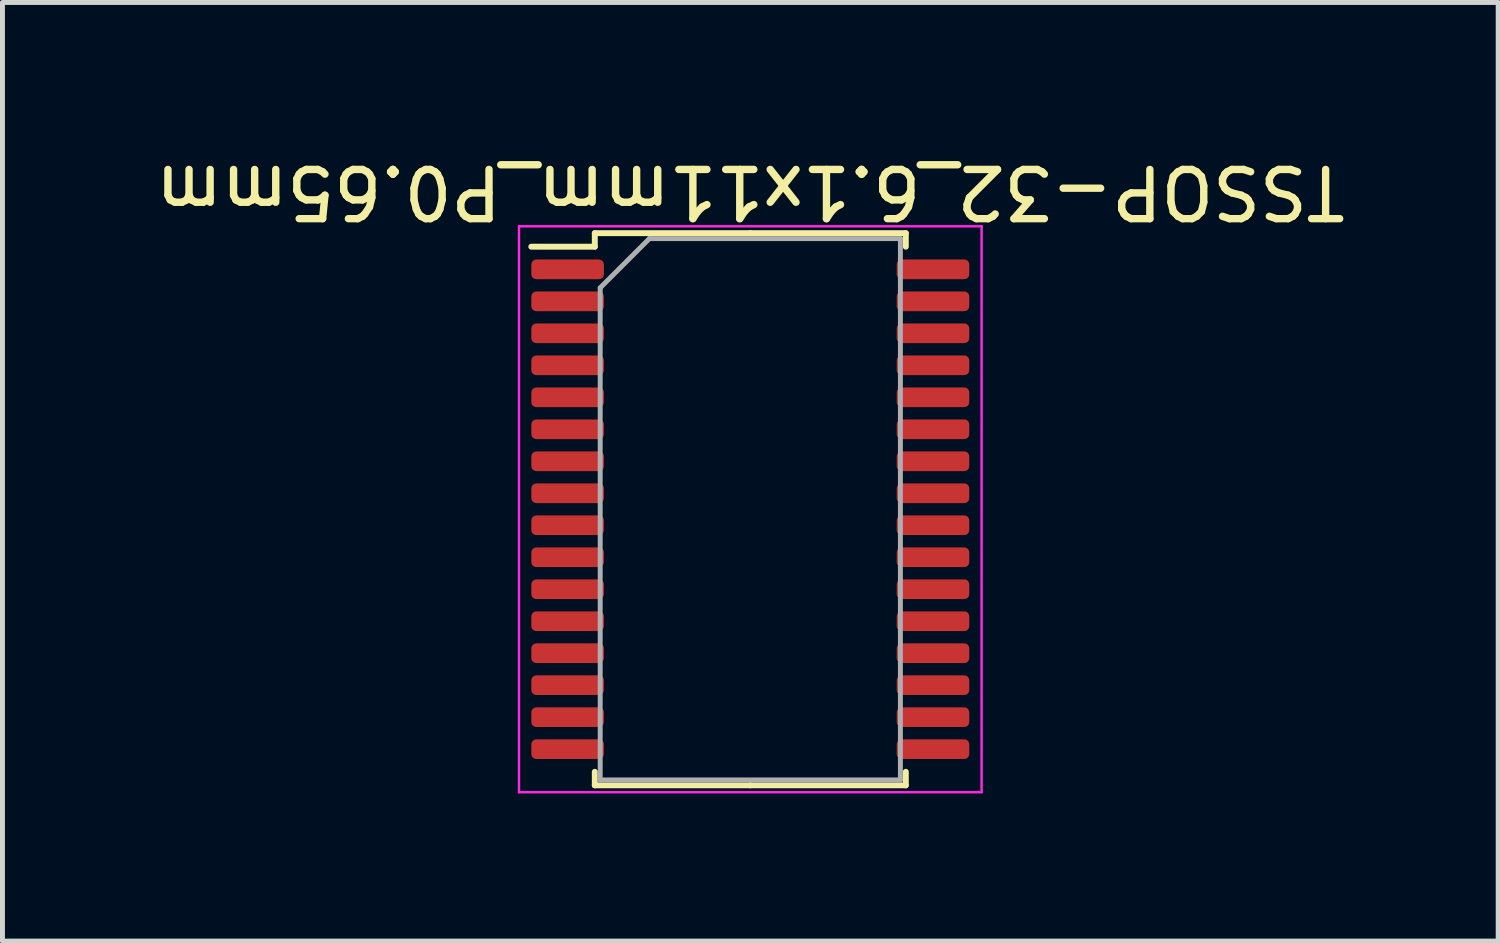
<source format=kicad_pcb>
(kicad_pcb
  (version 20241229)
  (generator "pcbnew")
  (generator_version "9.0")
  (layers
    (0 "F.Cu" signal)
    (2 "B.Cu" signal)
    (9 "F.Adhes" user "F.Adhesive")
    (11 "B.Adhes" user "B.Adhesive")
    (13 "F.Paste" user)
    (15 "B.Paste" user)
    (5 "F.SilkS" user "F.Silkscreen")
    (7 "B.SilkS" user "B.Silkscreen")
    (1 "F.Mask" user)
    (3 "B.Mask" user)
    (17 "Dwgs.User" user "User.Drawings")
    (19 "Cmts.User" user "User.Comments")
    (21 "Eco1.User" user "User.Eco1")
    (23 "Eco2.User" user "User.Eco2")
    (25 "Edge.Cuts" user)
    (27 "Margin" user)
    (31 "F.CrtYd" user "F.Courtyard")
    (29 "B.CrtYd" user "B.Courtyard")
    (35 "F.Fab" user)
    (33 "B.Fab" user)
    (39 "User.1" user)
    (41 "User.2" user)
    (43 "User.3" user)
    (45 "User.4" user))
  (footprint "TSSOP-32_6.1x11mm_P0.65mm"
    (layer "F.Cu")
    (at 12.196 7.298)
    (property "Reference" "TSSOP-32_6.1x11mm_P0.65mm" (at 0 -6.45 180) (unlocked yes) (layer "F.SilkS") (effects (font (size 1 1) (thickness 0.15))))
    (attr smd)
    (fp_line (start -3.16 -5.61) (end -3.16 -5.335) (stroke (width 0.12) (type solid)) (layer "F.SilkS"))
    (fp_line (start -3.16 -5.335) (end -4.45 -5.335) (stroke (width 0.12) (type solid)) (layer "F.SilkS"))
    (fp_line (start -3.16 5.61) (end -3.16 5.335) (stroke (width 0.12) (type solid)) (layer "F.SilkS"))
    (fp_line (start 0 -5.61) (end -3.16 -5.61) (stroke (width 0.12) (type solid)) (layer "F.SilkS"))
    (fp_line (start 0 -5.61) (end 3.16 -5.61) (stroke (width 0.12) (type solid)) (layer "F.SilkS"))
    (fp_line (start 0 5.61) (end -3.16 5.61) (stroke (width 0.12) (type solid)) (layer "F.SilkS"))
    (fp_line (start 0 5.61) (end 3.16 5.61) (stroke (width 0.12) (type solid)) (layer "F.SilkS"))
    (fp_line (start 3.16 -5.61) (end 3.16 -5.335) (stroke (width 0.12) (type solid)) (layer "F.SilkS"))
    (fp_line (start 3.16 5.61) (end 3.16 5.335) (stroke (width 0.12) (type solid)) (layer "F.SilkS"))
    (fp_line (start -4.7 -5.75) (end -4.7 5.75) (stroke (width 0.05) (type solid)) (layer "F.CrtYd"))
    (fp_line (start -4.7 5.75) (end 4.7 5.75) (stroke (width 0.05) (type solid)) (layer "F.CrtYd"))
    (fp_line (start 4.7 -5.75) (end -4.7 -5.75) (stroke (width 0.05) (type solid)) (layer "F.CrtYd"))
    (fp_line (start 4.7 5.75) (end 4.7 -5.75) (stroke (width 0.05) (type solid)) (layer "F.CrtYd"))
    (fp_line (start -3.05 -4.5) (end -2.05 -5.5) (stroke (width 0.1) (type solid)) (layer "F.Fab"))
    (fp_line (start -3.05 5.5) (end -3.05 -4.5) (stroke (width 0.1) (type solid)) (layer "F.Fab"))
    (fp_line (start -2.05 -5.5) (end 3.05 -5.5) (stroke (width 0.1) (type solid)) (layer "F.Fab"))
    (fp_line (start 3.05 -5.5) (end 3.05 5.5) (stroke (width 0.1) (type solid)) (layer "F.Fab"))
    (fp_line (start 3.05 5.5) (end -3.05 5.5) (stroke (width 0.1) (type solid)) (layer "F.Fab"))
    (pad "1" smd roundrect (at -3.712 -4.875) (size 1.475 0.4) (layers "F.Cu" "F.Mask" "F.Paste") (roundrect_rratio 0.25))
    (pad "2" smd roundrect (at -3.712 -4.225) (size 1.475 0.4) (layers "F.Cu" "F.Mask" "F.Paste") (roundrect_rratio 0.25))
    (pad "3" smd roundrect (at -3.712 -3.575) (size 1.475 0.4) (layers "F.Cu" "F.Mask" "F.Paste") (roundrect_rratio 0.25))
    (pad "4" smd roundrect (at -3.712 -2.925) (size 1.475 0.4) (layers "F.Cu" "F.Mask" "F.Paste") (roundrect_rratio 0.25))
    (pad "5" smd roundrect (at -3.712 -2.275) (size 1.475 0.4) (layers "F.Cu" "F.Mask" "F.Paste") (roundrect_rratio 0.25))
    (pad "6" smd roundrect (at -3.712 -1.625) (size 1.475 0.4) (layers "F.Cu" "F.Mask" "F.Paste") (roundrect_rratio 0.25))
    (pad "7" smd roundrect (at -3.712 -0.975) (size 1.475 0.4) (layers "F.Cu" "F.Mask" "F.Paste") (roundrect_rratio 0.25))
    (pad "8" smd roundrect (at -3.712 -0.325) (size 1.475 0.4) (layers "F.Cu" "F.Mask" "F.Paste") (roundrect_rratio 0.25))
    (pad "9" smd roundrect (at -3.712 0.325) (size 1.475 0.4) (layers "F.Cu" "F.Mask" "F.Paste") (roundrect_rratio 0.25))
    (pad "10" smd roundrect (at -3.712 0.975) (size 1.475 0.4) (layers "F.Cu" "F.Mask" "F.Paste") (roundrect_rratio 0.25))
    (pad "11" smd roundrect (at -3.712 1.625) (size 1.475 0.4) (layers "F.Cu" "F.Mask" "F.Paste") (roundrect_rratio 0.25))
    (pad "12" smd roundrect (at -3.712 2.275) (size 1.475 0.4) (layers "F.Cu" "F.Mask" "F.Paste") (roundrect_rratio 0.25))
    (pad "13" smd roundrect (at -3.712 2.925) (size 1.475 0.4) (layers "F.Cu" "F.Mask" "F.Paste") (roundrect_rratio 0.25))
    (pad "14" smd roundrect (at -3.712 3.575) (size 1.475 0.4) (layers "F.Cu" "F.Mask" "F.Paste") (roundrect_rratio 0.25))
    (pad "15" smd roundrect (at -3.712 4.225) (size 1.475 0.4) (layers "F.Cu" "F.Mask" "F.Paste") (roundrect_rratio 0.25))
    (pad "16" smd roundrect (at -3.712 4.875) (size 1.475 0.4) (layers "F.Cu" "F.Mask" "F.Paste") (roundrect_rratio 0.25))
    (pad "17" smd roundrect (at 3.712 4.875) (size 1.475 0.4) (layers "F.Cu" "F.Mask" "F.Paste") (roundrect_rratio 0.25))
    (pad "18" smd roundrect (at 3.712 4.225) (size 1.475 0.4) (layers "F.Cu" "F.Mask" "F.Paste") (roundrect_rratio 0.25))
    (pad "19" smd roundrect (at 3.712 3.575) (size 1.475 0.4) (layers "F.Cu" "F.Mask" "F.Paste") (roundrect_rratio 0.25))
    (pad "20" smd roundrect (at 3.712 2.925) (size 1.475 0.4) (layers "F.Cu" "F.Mask" "F.Paste") (roundrect_rratio 0.25))
    (pad "21" smd roundrect (at 3.712 2.275) (size 1.475 0.4) (layers "F.Cu" "F.Mask" "F.Paste") (roundrect_rratio 0.25))
    (pad "22" smd roundrect (at 3.712 1.625) (size 1.475 0.4) (layers "F.Cu" "F.Mask" "F.Paste") (roundrect_rratio 0.25))
    (pad "23" smd roundrect (at 3.712 0.975) (size 1.475 0.4) (layers "F.Cu" "F.Mask" "F.Paste") (roundrect_rratio 0.25))
    (pad "24" smd roundrect (at 3.712 0.325) (size 1.475 0.4) (layers "F.Cu" "F.Mask" "F.Paste") (roundrect_rratio 0.25))
    (pad "25" smd roundrect (at 3.712 -0.325) (size 1.475 0.4) (layers "F.Cu" "F.Mask" "F.Paste") (roundrect_rratio 0.25))
    (pad "26" smd roundrect (at 3.712 -0.975) (size 1.475 0.4) (layers "F.Cu" "F.Mask" "F.Paste") (roundrect_rratio 0.25))
    (pad "27" smd roundrect (at 3.712 -1.625) (size 1.475 0.4) (layers "F.Cu" "F.Mask" "F.Paste") (roundrect_rratio 0.25))
    (pad "28" smd roundrect (at 3.712 -2.275) (size 1.475 0.4) (layers "F.Cu" "F.Mask" "F.Paste") (roundrect_rratio 0.25))
    (pad "29" smd roundrect (at 3.712 -2.925) (size 1.475 0.4) (layers "F.Cu" "F.Mask" "F.Paste") (roundrect_rratio 0.25))
    (pad "30" smd roundrect (at 3.712 -3.575) (size 1.475 0.4) (layers "F.Cu" "F.Mask" "F.Paste") (roundrect_rratio 0.25))
    (pad "31" smd roundrect (at 3.712 -4.225) (size 1.475 0.4) (layers "F.Cu" "F.Mask" "F.Paste") (roundrect_rratio 0.25))
    (pad "32" smd roundrect (at 3.712 -4.875) (size 1.475 0.4) (layers "F.Cu" "F.Mask" "F.Paste") (roundrect_rratio 0.25)))
  (gr_rect
    (start -3 -3)
    (end 27.393 16.073)
    (stroke (width 0.1) (type default))
    (fill no)
    (layer "Edge.Cuts")))
</source>
